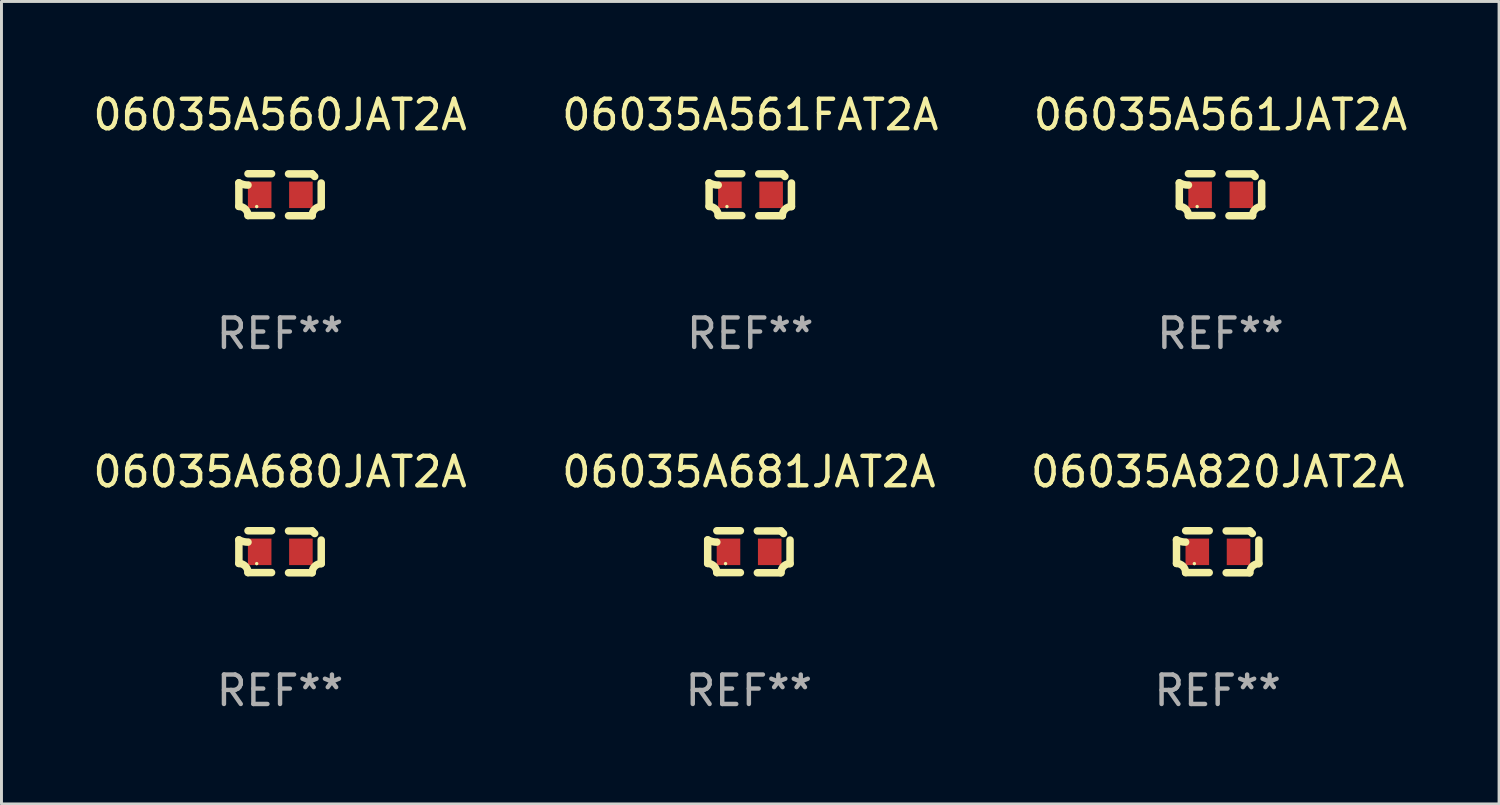
<source format=kicad_pcb>
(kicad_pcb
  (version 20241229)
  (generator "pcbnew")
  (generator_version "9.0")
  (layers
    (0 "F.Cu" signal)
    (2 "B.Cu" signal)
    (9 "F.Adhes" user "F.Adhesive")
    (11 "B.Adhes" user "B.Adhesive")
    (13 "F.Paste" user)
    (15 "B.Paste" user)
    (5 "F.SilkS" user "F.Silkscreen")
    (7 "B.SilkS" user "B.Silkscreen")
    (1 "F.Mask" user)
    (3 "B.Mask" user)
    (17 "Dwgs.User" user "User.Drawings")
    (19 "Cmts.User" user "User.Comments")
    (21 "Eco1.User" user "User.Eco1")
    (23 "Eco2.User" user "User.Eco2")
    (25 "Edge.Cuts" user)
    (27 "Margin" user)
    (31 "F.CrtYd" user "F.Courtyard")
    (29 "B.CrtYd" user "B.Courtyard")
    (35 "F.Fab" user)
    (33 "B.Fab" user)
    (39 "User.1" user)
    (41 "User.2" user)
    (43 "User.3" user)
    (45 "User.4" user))
  (footprint "06035A681JAT2A"
    (layer "F.Cu")
    (at 22.375 15.683)
    (property "Reference" "06035A681JAT2A" (at 0 -2.713 0) (layer "F.SilkS") (effects (font (size 1 1) (thickness 0.15))))
    (attr through_hole)
    (fp_line (start -1.398 -0.403) (end -1.398 0.397) (stroke (width 0.254) (type solid)) (layer "F.SilkS"))
    (fp_line (start -0.288 -0.713) (end -1.088 -0.713) (stroke (width 0.254) (type solid)) (layer "F.SilkS"))
    (fp_line (start -0.288 0.707) (end -1.088 0.707) (stroke (width 0.254) (type solid)) (layer "F.SilkS"))
    (fp_line (start 0.288 -0.707) (end 1.088 -0.707) (stroke (width 0.254) (type solid)) (layer "F.SilkS"))
    (fp_line (start 0.288 0.713) (end 1.088 0.713) (stroke (width 0.254) (type solid)) (layer "F.SilkS"))
    (fp_line (start 1.398 -0.397) (end 1.398 0.403) (stroke (width 0.254) (type solid)) (layer "F.SilkS"))
    (fp_arc (start -1.397789 0.397066) (mid -1.178701 0.487826) (end -1.08796 0.706922) (stroke (width 0.254001) (type solid)) (layer "F.SilkS"))
    (fp_arc (start -1.08796 -0.327176) (mid -1.247436 -0.346384) (end -1.39779 -0.402908) (stroke (width 0.254001) (type solid)) (layer "F.SilkS"))
    (fp_arc (start 1.087909 0.712738) (mid 1.178656 0.493655) (end 1.397739 0.402908) (stroke (width 0.254001) (type solid)) (layer "F.SilkS"))
    (fp_arc (start 1.175925 -0.618926) (mid 1.131917 -0.662923) (end 1.08791 -0.706922) (stroke (width 0.254001) (type solid)) (layer "F.SilkS"))
    (fp_circle (center -0.792 0.403) (end -0.762 0.403) (stroke (width 0.06) (type solid)) (fill no) (layer "F.SilkS"))
    (fp_text user "REF**" (at 0 4.713 0) (layer "F.Fab") (effects (font (size 1 1) (thickness 0.15))))
    (pad "1" smd rect (at -0.692 0.003) (size 0.8 0.9) (layers "F.Cu" "F.Mask" "F.Paste"))
    (pad "2" smd rect (at 0.708 0.003) (size 0.8 0.9) (layers "F.Cu" "F.Mask" "F.Paste")))
  (footprint "06035A680JAT2A"
    (layer "F.Cu")
    (at 6.458 15.683)
    (property "Reference" "06035A680JAT2A" (at 0 -2.713 0) (layer "F.SilkS") (effects (font (size 1 1) (thickness 0.15))))
    (attr through_hole)
    (fp_line (start -1.398 -0.403) (end -1.398 0.397) (stroke (width 0.254) (type solid)) (layer "F.SilkS"))
    (fp_line (start -0.288 -0.713) (end -1.088 -0.713) (stroke (width 0.254) (type solid)) (layer "F.SilkS"))
    (fp_line (start -0.288 0.707) (end -1.088 0.707) (stroke (width 0.254) (type solid)) (layer "F.SilkS"))
    (fp_line (start 0.288 -0.707) (end 1.088 -0.707) (stroke (width 0.254) (type solid)) (layer "F.SilkS"))
    (fp_line (start 0.288 0.713) (end 1.088 0.713) (stroke (width 0.254) (type solid)) (layer "F.SilkS"))
    (fp_line (start 1.398 -0.397) (end 1.398 0.403) (stroke (width 0.254) (type solid)) (layer "F.SilkS"))
    (fp_arc (start -1.397789 0.397066) (mid -1.178701 0.487826) (end -1.08796 0.706922) (stroke (width 0.254001) (type solid)) (layer "F.SilkS"))
    (fp_arc (start -1.08796 -0.327176) (mid -1.247436 -0.346384) (end -1.39779 -0.402908) (stroke (width 0.254001) (type solid)) (layer "F.SilkS"))
    (fp_arc (start 1.087909 0.712738) (mid 1.178656 0.493655) (end 1.397739 0.402908) (stroke (width 0.254001) (type solid)) (layer "F.SilkS"))
    (fp_arc (start 1.175925 -0.618926) (mid 1.131917 -0.662923) (end 1.08791 -0.706922) (stroke (width 0.254001) (type solid)) (layer "F.SilkS"))
    (fp_circle (center -0.792 0.403) (end -0.762 0.403) (stroke (width 0.06) (type solid)) (fill no) (layer "F.SilkS"))
    (fp_text user "REF**" (at 0 4.713 0) (layer "F.Fab") (effects (font (size 1 1) (thickness 0.15))))
    (pad "1" smd rect (at -0.692 0.003) (size 0.8 0.9) (layers "F.Cu" "F.Mask" "F.Paste"))
    (pad "2" smd rect (at 0.708 0.003) (size 0.8 0.9) (layers "F.Cu" "F.Mask" "F.Paste")))
  (footprint "06035A561JAT2A"
    (layer "F.Cu")
    (at 38.387 3.561)
    (property "Reference" "06035A561JAT2A" (at 0 -2.713 0) (layer "F.SilkS") (effects (font (size 1 1) (thickness 0.15))))
    (attr through_hole)
    (fp_line (start -1.398 -0.403) (end -1.398 0.397) (stroke (width 0.254) (type solid)) (layer "F.SilkS"))
    (fp_line (start -0.288 -0.713) (end -1.088 -0.713) (stroke (width 0.254) (type solid)) (layer "F.SilkS"))
    (fp_line (start -0.288 0.707) (end -1.088 0.707) (stroke (width 0.254) (type solid)) (layer "F.SilkS"))
    (fp_line (start 0.288 -0.707) (end 1.088 -0.707) (stroke (width 0.254) (type solid)) (layer "F.SilkS"))
    (fp_line (start 0.288 0.713) (end 1.088 0.713) (stroke (width 0.254) (type solid)) (layer "F.SilkS"))
    (fp_line (start 1.398 -0.397) (end 1.398 0.403) (stroke (width 0.254) (type solid)) (layer "F.SilkS"))
    (fp_arc (start -1.397789 0.397066) (mid -1.178701 0.487826) (end -1.08796 0.706922) (stroke (width 0.254001) (type solid)) (layer "F.SilkS"))
    (fp_arc (start -1.08796 -0.327176) (mid -1.247436 -0.346384) (end -1.39779 -0.402908) (stroke (width 0.254001) (type solid)) (layer "F.SilkS"))
    (fp_arc (start 1.087909 0.712738) (mid 1.178656 0.493655) (end 1.397739 0.402908) (stroke (width 0.254001) (type solid)) (layer "F.SilkS"))
    (fp_arc (start 1.175925 -0.618926) (mid 1.131917 -0.662923) (end 1.08791 -0.706922) (stroke (width 0.254001) (type solid)) (layer "F.SilkS"))
    (fp_circle (center -0.792 0.403) (end -0.762 0.403) (stroke (width 0.06) (type solid)) (fill no) (layer "F.SilkS"))
    (fp_text user "REF**" (at 0 4.713 0) (layer "F.Fab") (effects (font (size 1 1) (thickness 0.15))))
    (pad "1" smd rect (at -0.692 0.003) (size 0.8 0.9) (layers "F.Cu" "F.Mask" "F.Paste"))
    (pad "2" smd rect (at 0.708 0.003) (size 0.8 0.9) (layers "F.Cu" "F.Mask" "F.Paste")))
  (footprint "06035A560JAT2A"
    (layer "F.Cu")
    (at 6.458 3.561)
    (property "Reference" "06035A560JAT2A" (at 0 -2.713 0) (layer "F.SilkS") (effects (font (size 1 1) (thickness 0.15))))
    (attr through_hole)
    (fp_line (start -1.398 -0.403) (end -1.398 0.397) (stroke (width 0.254) (type solid)) (layer "F.SilkS"))
    (fp_line (start -0.288 -0.713) (end -1.088 -0.713) (stroke (width 0.254) (type solid)) (layer "F.SilkS"))
    (fp_line (start -0.288 0.707) (end -1.088 0.707) (stroke (width 0.254) (type solid)) (layer "F.SilkS"))
    (fp_line (start 0.288 -0.707) (end 1.088 -0.707) (stroke (width 0.254) (type solid)) (layer "F.SilkS"))
    (fp_line (start 0.288 0.713) (end 1.088 0.713) (stroke (width 0.254) (type solid)) (layer "F.SilkS"))
    (fp_line (start 1.398 -0.397) (end 1.398 0.403) (stroke (width 0.254) (type solid)) (layer "F.SilkS"))
    (fp_arc (start -1.397789 0.397066) (mid -1.178701 0.487826) (end -1.08796 0.706922) (stroke (width 0.254001) (type solid)) (layer "F.SilkS"))
    (fp_arc (start -1.08796 -0.327176) (mid -1.247436 -0.346384) (end -1.39779 -0.402908) (stroke (width 0.254001) (type solid)) (layer "F.SilkS"))
    (fp_arc (start 1.087909 0.712738) (mid 1.178656 0.493655) (end 1.397739 0.402908) (stroke (width 0.254001) (type solid)) (layer "F.SilkS"))
    (fp_arc (start 1.175925 -0.618926) (mid 1.131917 -0.662923) (end 1.08791 -0.706922) (stroke (width 0.254001) (type solid)) (layer "F.SilkS"))
    (fp_circle (center -0.792 0.403) (end -0.762 0.403) (stroke (width 0.06) (type solid)) (fill no) (layer "F.SilkS"))
    (fp_text user "REF**" (at 0 4.713 0) (layer "F.Fab") (effects (font (size 1 1) (thickness 0.15))))
    (pad "1" smd rect (at -0.692 0.003) (size 0.8 0.9) (layers "F.Cu" "F.Mask" "F.Paste"))
    (pad "2" smd rect (at 0.708 0.003) (size 0.8 0.9) (layers "F.Cu" "F.Mask" "F.Paste")))
  (footprint "06035A820JAT2A"
    (layer "F.Cu")
    (at 38.292 15.683)
    (property "Reference" "06035A820JAT2A" (at 0 -2.713 0) (layer "F.SilkS") (effects (font (size 1 1) (thickness 0.15))))
    (attr through_hole)
    (fp_line (start -1.398 -0.403) (end -1.398 0.397) (stroke (width 0.254) (type solid)) (layer "F.SilkS"))
    (fp_line (start -0.288 -0.713) (end -1.088 -0.713) (stroke (width 0.254) (type solid)) (layer "F.SilkS"))
    (fp_line (start -0.288 0.707) (end -1.088 0.707) (stroke (width 0.254) (type solid)) (layer "F.SilkS"))
    (fp_line (start 0.288 -0.707) (end 1.088 -0.707) (stroke (width 0.254) (type solid)) (layer "F.SilkS"))
    (fp_line (start 0.288 0.713) (end 1.088 0.713) (stroke (width 0.254) (type solid)) (layer "F.SilkS"))
    (fp_line (start 1.398 -0.397) (end 1.398 0.403) (stroke (width 0.254) (type solid)) (layer "F.SilkS"))
    (fp_arc (start -1.397789 0.397066) (mid -1.178701 0.487826) (end -1.08796 0.706922) (stroke (width 0.254001) (type solid)) (layer "F.SilkS"))
    (fp_arc (start -1.08796 -0.327176) (mid -1.247436 -0.346384) (end -1.39779 -0.402908) (stroke (width 0.254001) (type solid)) (layer "F.SilkS"))
    (fp_arc (start 1.087909 0.712738) (mid 1.178656 0.493655) (end 1.397739 0.402908) (stroke (width 0.254001) (type solid)) (layer "F.SilkS"))
    (fp_arc (start 1.175925 -0.618926) (mid 1.131917 -0.662923) (end 1.08791 -0.706922) (stroke (width 0.254001) (type solid)) (layer "F.SilkS"))
    (fp_circle (center -0.792 0.403) (end -0.762 0.403) (stroke (width 0.06) (type solid)) (fill no) (layer "F.SilkS"))
    (fp_text user "REF**" (at 0 4.713 0) (layer "F.Fab") (effects (font (size 1 1) (thickness 0.15))))
    (pad "1" smd rect (at -0.692 0.003) (size 0.8 0.9) (layers "F.Cu" "F.Mask" "F.Paste"))
    (pad "2" smd rect (at 0.708 0.003) (size 0.8 0.9) (layers "F.Cu" "F.Mask" "F.Paste")))
  (footprint "06035A561FAT2A"
    (layer "F.Cu")
    (at 22.423 3.561)
    (property "Reference" "06035A561FAT2A" (at 0 -2.713 0) (layer "F.SilkS") (effects (font (size 1 1) (thickness 0.15))))
    (attr through_hole)
    (fp_line (start -1.398 -0.403) (end -1.398 0.397) (stroke (width 0.254) (type solid)) (layer "F.SilkS"))
    (fp_line (start -0.288 -0.713) (end -1.088 -0.713) (stroke (width 0.254) (type solid)) (layer "F.SilkS"))
    (fp_line (start -0.288 0.707) (end -1.088 0.707) (stroke (width 0.254) (type solid)) (layer "F.SilkS"))
    (fp_line (start 0.288 -0.707) (end 1.088 -0.707) (stroke (width 0.254) (type solid)) (layer "F.SilkS"))
    (fp_line (start 0.288 0.713) (end 1.088 0.713) (stroke (width 0.254) (type solid)) (layer "F.SilkS"))
    (fp_line (start 1.398 -0.397) (end 1.398 0.403) (stroke (width 0.254) (type solid)) (layer "F.SilkS"))
    (fp_arc (start -1.397789 0.397066) (mid -1.178701 0.487826) (end -1.08796 0.706922) (stroke (width 0.254001) (type solid)) (layer "F.SilkS"))
    (fp_arc (start -1.08796 -0.327176) (mid -1.247436 -0.346384) (end -1.39779 -0.402908) (stroke (width 0.254001) (type solid)) (layer "F.SilkS"))
    (fp_arc (start 1.087909 0.712738) (mid 1.178656 0.493655) (end 1.397739 0.402908) (stroke (width 0.254001) (type solid)) (layer "F.SilkS"))
    (fp_arc (start 1.175925 -0.618926) (mid 1.131917 -0.662923) (end 1.08791 -0.706922) (stroke (width 0.254001) (type solid)) (layer "F.SilkS"))
    (fp_circle (center -0.792 0.403) (end -0.762 0.403) (stroke (width 0.06) (type solid)) (fill no) (layer "F.SilkS"))
    (fp_text user "REF**" (at 0 4.713 0) (layer "F.Fab") (effects (font (size 1 1) (thickness 0.15))))
    (pad "1" smd rect (at -0.692 0.003) (size 0.8 0.9) (layers "F.Cu" "F.Mask" "F.Paste"))
    (pad "2" smd rect (at 0.708 0.003) (size 0.8 0.9) (layers "F.Cu" "F.Mask" "F.Paste")))
  (gr_rect
    (start -3 -3)
    (end 47.845 24.244)
    (stroke (width 0.1) (type default))
    (fill no)
    (layer "Edge.Cuts")))
</source>
